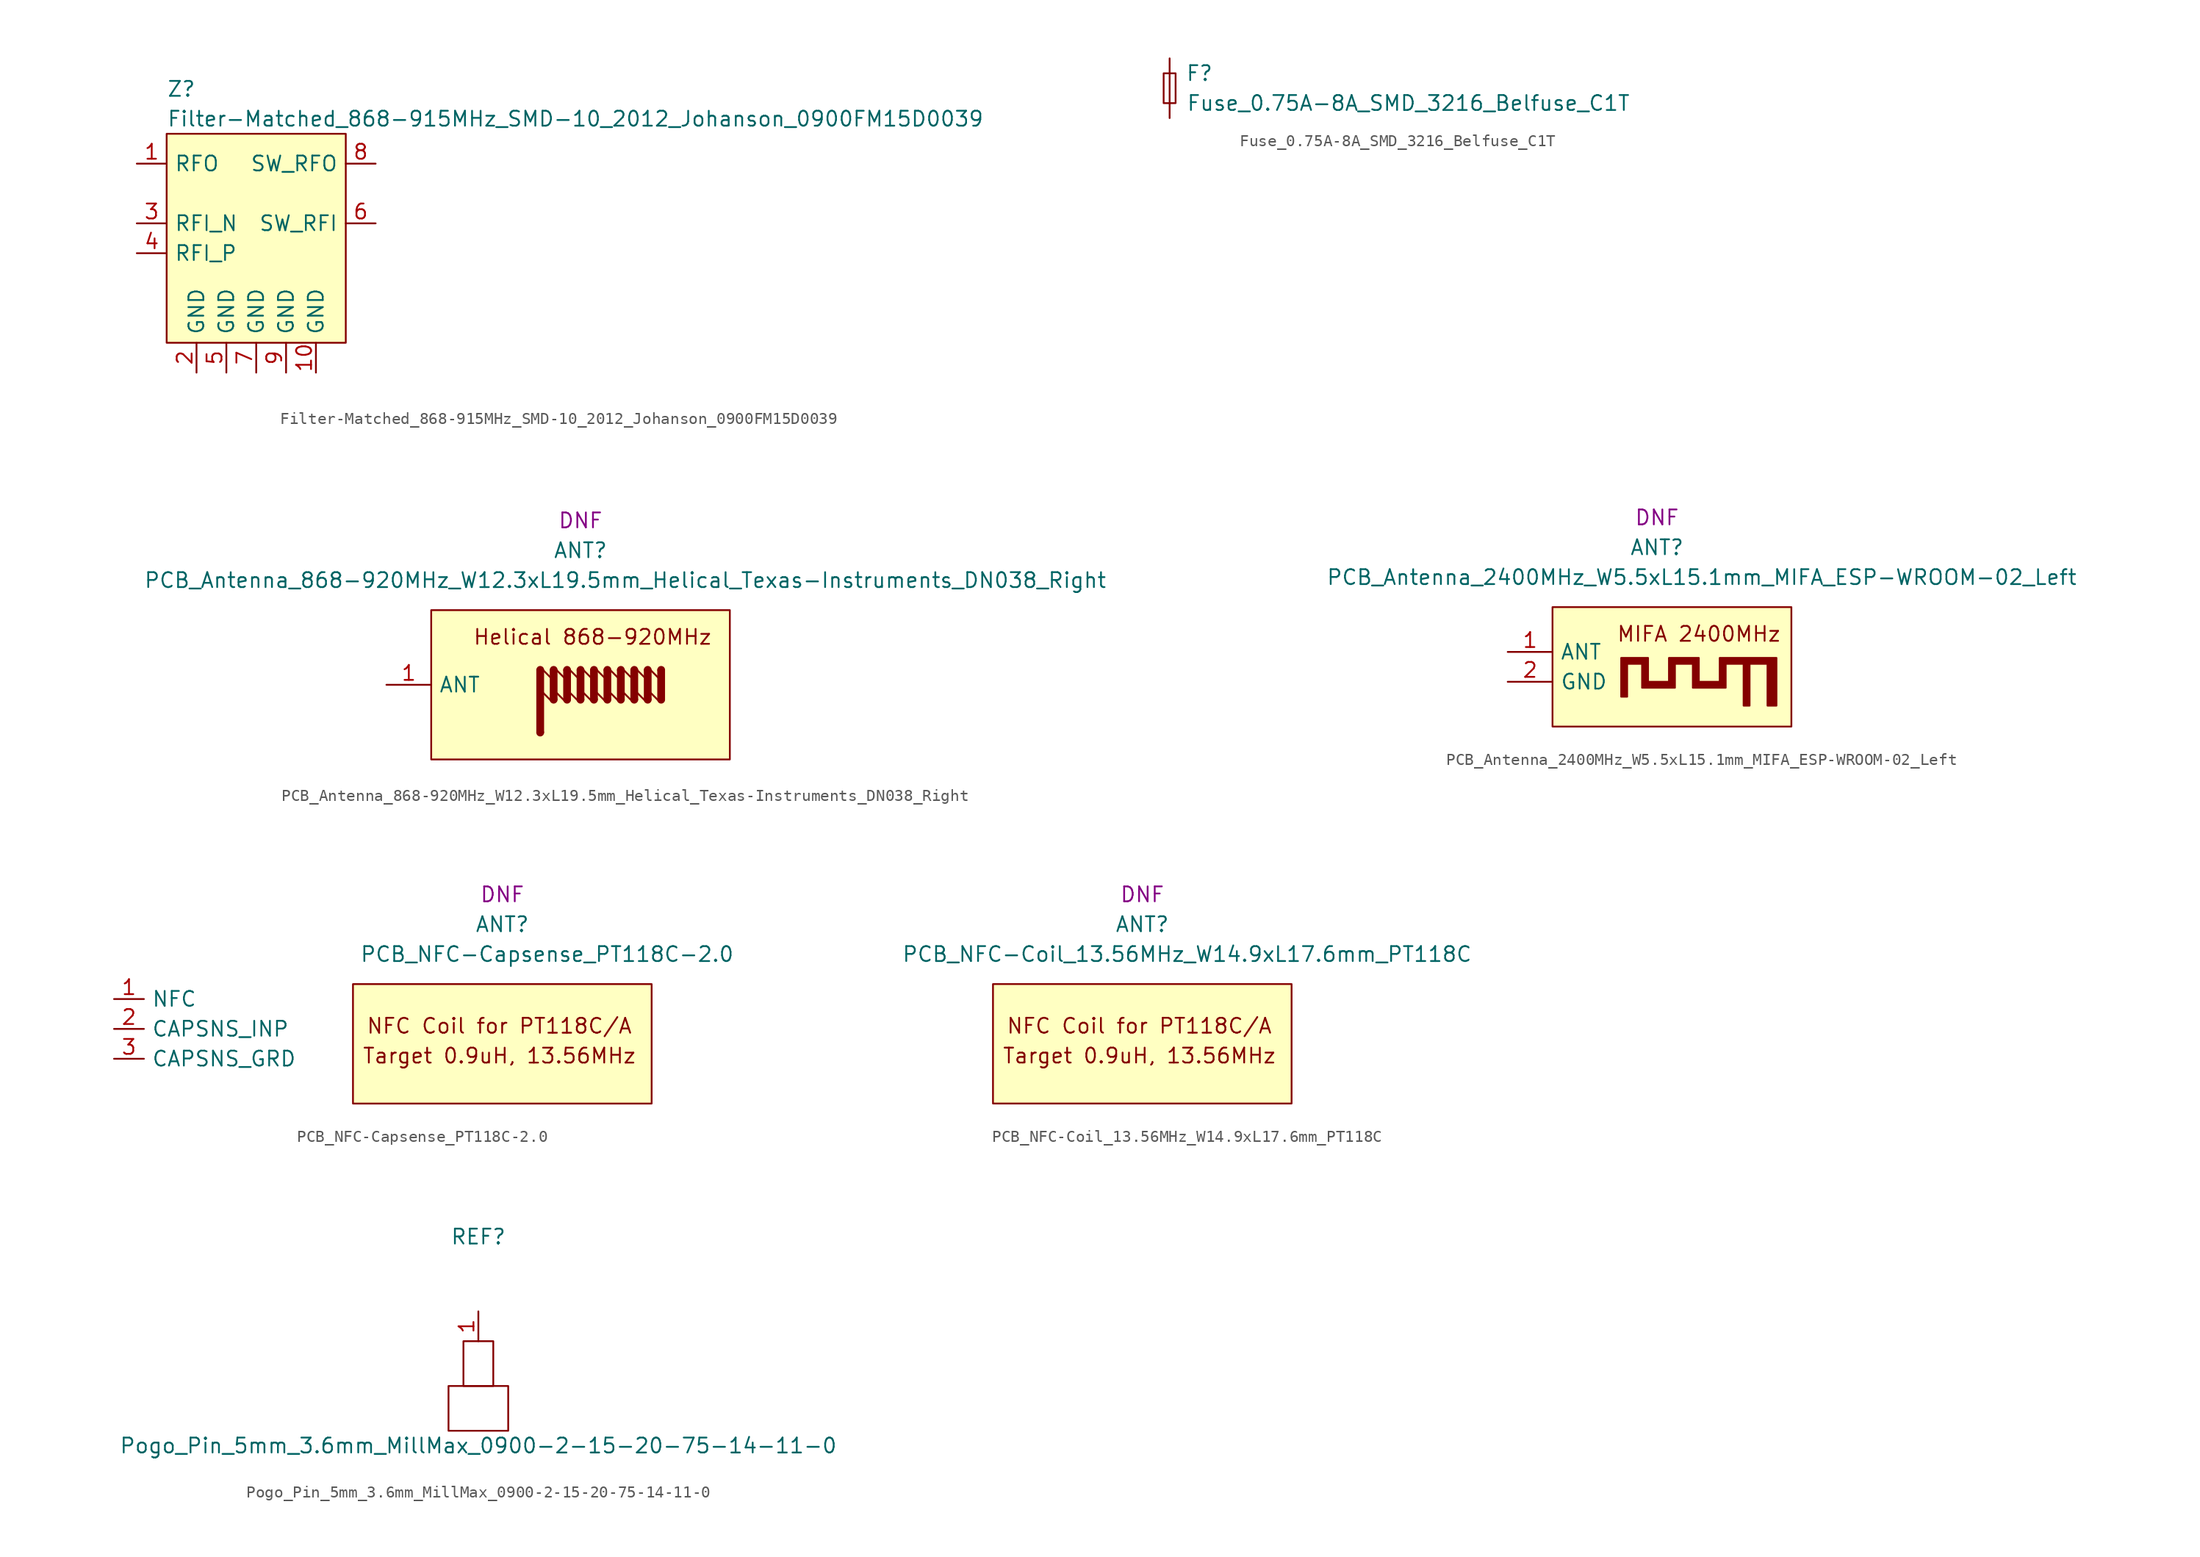
<source format=kicad_sym>
(kicad_symbol_lib
  (version 20211014)
  (generator kicad_symbol_editor)
  (symbol "Filter-Matched_868-915MHz_SMD-10_2012_Johanson_0900FM15D0039"
    (pin_names
      (offset 0.635))
    (property "Reference" "Z"
      (at -7.62 12.7 0)
      (effects (font (size 1.27 1.27)) (justify left)))
    (property "Value" "Filter-Matched_868-915MHz_SMD-10_2012_Johanson_0900FM15D0039"
      (at -7.62 10.16 0)
      (effects (font (size 1.27 1.27)) (justify left)))
    (symbol "Filter-Matched_868-915MHz_SMD-10_2012_Johanson_0900FM15D0039_0_0"
      (pin bidirectional line (at -10.16 6.35 0) (length 2.54) (name "RFO" (effects (font (size 1.27 1.27)))) (number "1" (effects (font (size 1.27 1.27)))))
      (pin passive line (at 5.08 -11.43 90) (length 2.54) (name "GND" (effects (font (size 1.27 1.27)))) (number "10" (effects (font (size 1.27 1.27)))))
      (pin power_in line (at -5.08 -11.43 90) (length 2.54) (name "GND" (effects (font (size 1.27 1.27)))) (number "2" (effects (font (size 1.27 1.27)))))
      (pin bidirectional line (at -10.16 1.27 0) (length 2.54) (name "RFI_N" (effects (font (size 1.27 1.27)))) (number "3" (effects (font (size 1.27 1.27)))))
      (pin bidirectional line (at -10.16 -1.27 0) (length 2.54) (name "RFI_P" (effects (font (size 1.27 1.27)))) (number "4" (effects (font (size 1.27 1.27)))))
      (pin passive line (at -2.54 -11.43 90) (length 2.54) (name "GND" (effects (font (size 1.27 1.27)))) (number "5" (effects (font (size 1.27 1.27)))))
      (pin bidirectional line (at 10.16 1.27 180) (length 2.54) (name "SW_RFI" (effects (font (size 1.27 1.27)))) (number "6" (effects (font (size 1.27 1.27)))))
      (pin passive line (at 0 -11.43 90) (length 2.54) (name "GND" (effects (font (size 1.27 1.27)))) (number "7" (effects (font (size 1.27 1.27)))))
      (pin bidirectional line (at 10.16 6.35 180) (length 2.54) (name "SW_RFO" (effects (font (size 1.27 1.27)))) (number "8" (effects (font (size 1.27 1.27)))))
      (pin passive line (at 2.54 -11.43 90) (length 2.54) (name "GND" (effects (font (size 1.27 1.27)))) (number "9" (effects (font (size 1.27 1.27))))))
    (symbol "Filter-Matched_868-915MHz_SMD-10_2012_Johanson_0900FM15D0039_0_1"
      (rectangle (start 7.62 -8.89) (end -7.62 8.89) (stroke (width 0) (type default) (color 0 0 0 0)) (fill (type background)))))
  (symbol "Fuse_0.75A-8A_SMD_3216_Belfuse_C1T"
    (pin_numbers hide)
    (pin_names
      (offset 1.27) hide)
    (property "Reference" "F"
      (at 2.54 1.27 0)
      (effects (font (size 1.27 1.27))))
    (property "Value" "Fuse_0.75A-8A_SMD_3216_Belfuse_C1T"
      (at 20.32 -1.27 0)
      (effects (font (size 1.27 1.27))))
    (symbol "Fuse_0.75A-8A_SMD_3216_Belfuse_C1T_1_1"
      (rectangle (start -0.508 -1.27) (end 0.508 1.27) (stroke (width 0) (type default) (color 0 0 0 0)) (fill (type none)))
      (polyline (pts (xy 0 -1.27) (xy 0 1.27)) (stroke (width 0) (type default) (color 0 0 0 0)) (fill (type none)))
      (pin passive line (at 0 -2.54 90) (length 1.27) (name "~" (effects (font (size 1.27 1.27)))) (number "1" (effects (font (size 1.27 1.27)))))
      (pin passive line (at 0 2.54 270) (length 1.27) (name "~" (effects (font (size 1.27 1.27)))) (number "2" (effects (font (size 1.27 1.27)))))))
  (symbol "PCB_Antenna_868-920MHz_W12.3xL19.5mm_Helical_Texas-Instruments_DN038_Right"
    (pin_names
      (offset 0.635))
    (property "Reference" "ANT"
      (at 0 11.43 0)
      (effects (font (size 1.27 1.27))))
    (property "Value" "PCB_Antenna_868-920MHz_W12.3xL19.5mm_Helical_Texas-Instruments_DN038_Right"
      (at 3.81 8.89 0)
      (effects (font (size 1.27 1.27))))
    (property "FitPart" "DNF"
      (at 0 13.97 0)
      (effects (font (size 1.27 1.27))))
    (symbol "PCB_Antenna_868-920MHz_W12.3xL19.5mm_Helical_Texas-Instruments_DN038_Right_0_0"
      (circle (center -3.429 -4.064) (radius 0.254) (stroke (width 0) (type default) (color 0 0 0 0)) (fill (type outline)))
      (rectangle (start -3.175 -4.064) (end -3.683 1.27) (stroke (width 0) (type default) (color 0 0 0 0)) (fill (type outline)))
      (rectangle (start -2.54 1.27) (end -2.032 -1.27) (stroke (width 0) (type default) (color 0 0 0 0)) (fill (type outline)))
      (circle (center -2.286 1.27) (radius 0.254) (stroke (width 0) (type default) (color 0 0 0 0)) (fill (type outline)))
      (rectangle (start -1.397 1.27) (end -0.889 -1.27) (stroke (width 0) (type default) (color 0 0 0 0)) (fill (type outline)))
      (circle (center -1.143 1.27) (radius 0.254) (stroke (width 0) (type default) (color 0 0 0 0)) (fill (type outline)))
      (polyline (pts (xy -3.378 1.448) (xy -2.464 0.533) (xy -2.464 -1.397) (xy -3.302 -0.559) (xy -3.302 1.321)) (stroke (width 0) (type default) (color 0 0 0 0)) (fill (type none)))
      (polyline (pts (xy -2.235 1.448) (xy -1.321 0.533) (xy -1.321 -1.397) (xy -2.159 -0.559) (xy -2.159 1.321)) (stroke (width 0) (type default) (color 0 0 0 0)) (fill (type none)))
      (polyline (pts (xy -1.092 1.448) (xy -0.178 0.533) (xy -0.178 -1.397) (xy -1.016 -0.559) (xy -1.016 1.321)) (stroke (width 0) (type default) (color 0 0 0 0)) (fill (type none)))
      (text "Helical 868-920MHz" (at 1.016 4.064 0) (effects (font (size 1.27 1.27))))
      (pin bidirectional line (at -16.51 0 0) (length 3.81) (name "ANT" (effects (font (size 1.27 1.27)))) (number "1" (effects (font (size 1.27 1.27))))))
    (symbol "PCB_Antenna_868-920MHz_W12.3xL19.5mm_Helical_Texas-Instruments_DN038_Right_0_1"
      (rectangle (start -12.7 6.35) (end 12.7 -6.35) (stroke (width 0) (type default) (color 0 0 0 0)) (fill (type background))))
    (symbol "PCB_Antenna_868-920MHz_W12.3xL19.5mm_Helical_Texas-Instruments_DN038_Right_1_1"
      (circle (center -3.429 1.27) (radius 0.254) (stroke (width 0) (type default) (color 0 0 0 0)) (fill (type outline)))
      (circle (center -2.286 -1.27) (radius 0.254) (stroke (width 0) (type default) (color 0 0 0 0)) (fill (type outline)))
      (circle (center -1.143 -1.27) (radius 0.254) (stroke (width 0) (type default) (color 0 0 0 0)) (fill (type outline)))
      (rectangle (start -0.254 1.27) (end 0.254 -1.27) (stroke (width 0) (type default) (color 0 0 0 0)) (fill (type outline)))
      (circle (center 0 -1.27) (radius 0.254) (stroke (width 0) (type default) (color 0 0 0 0)) (fill (type outline)))
      (polyline (pts (xy 0.051 1.448) (xy 0.965 0.533) (xy 0.965 -1.397) (xy 0.127 -0.559) (xy 0.127 1.321)) (stroke (width 0) (type default) (color 0 0 0 0)) (fill (type none)))
      (polyline (pts (xy 1.194 1.448) (xy 2.108 0.533) (xy 2.108 -1.397) (xy 1.27 -0.559) (xy 1.27 1.321)) (stroke (width 0) (type default) (color 0 0 0 0)) (fill (type none)))
      (polyline (pts (xy 2.337 1.448) (xy 3.251 0.533) (xy 3.251 -1.397) (xy 2.413 -0.559) (xy 2.413 1.321)) (stroke (width 0) (type default) (color 0 0 0 0)) (fill (type none)))
      (polyline (pts (xy 3.48 1.448) (xy 4.394 0.533) (xy 4.394 -1.397) (xy 3.556 -0.559) (xy 3.556 1.321)) (stroke (width 0) (type default) (color 0 0 0 0)) (fill (type none)))
      (polyline (pts (xy 4.623 1.448) (xy 5.537 0.533) (xy 5.537 -1.397) (xy 4.699 -0.559) (xy 4.699 1.321)) (stroke (width 0) (type default) (color 0 0 0 0)) (fill (type none)))
      (polyline (pts (xy 5.766 1.448) (xy 6.68 0.533) (xy 6.68 -1.397) (xy 5.842 -0.559) (xy 5.842 1.321)) (stroke (width 0) (type default) (color 0 0 0 0)) (fill (type none)))
      (circle (center 0 1.27) (radius 0.254) (stroke (width 0) (type default) (color 0 0 0 0)) (fill (type outline)))
      (rectangle (start 0.889 1.27) (end 1.397 -1.27) (stroke (width 0) (type default) (color 0 0 0 0)) (fill (type outline)))
      (circle (center 1.143 -1.27) (radius 0.254) (stroke (width 0) (type default) (color 0 0 0 0)) (fill (type outline)))
      (circle (center 1.143 1.27) (radius 0.254) (stroke (width 0) (type default) (color 0 0 0 0)) (fill (type outline)))
      (rectangle (start 2.032 1.27) (end 2.54 -1.27) (stroke (width 0) (type default) (color 0 0 0 0)) (fill (type outline)))
      (circle (center 2.286 -1.27) (radius 0.254) (stroke (width 0) (type default) (color 0 0 0 0)) (fill (type outline)))
      (circle (center 2.286 1.27) (radius 0.254) (stroke (width 0) (type default) (color 0 0 0 0)) (fill (type outline)))
      (rectangle (start 3.175 1.27) (end 3.683 -1.27) (stroke (width 0) (type default) (color 0 0 0 0)) (fill (type outline)))
      (circle (center 3.429 -1.27) (radius 0.254) (stroke (width 0) (type default) (color 0 0 0 0)) (fill (type outline)))
      (circle (center 3.429 1.27) (radius 0.254) (stroke (width 0) (type default) (color 0 0 0 0)) (fill (type outline)))
      (rectangle (start 4.318 1.27) (end 4.826 -1.27) (stroke (width 0) (type default) (color 0 0 0 0)) (fill (type outline)))
      (circle (center 4.572 -1.27) (radius 0.254) (stroke (width 0) (type default) (color 0 0 0 0)) (fill (type outline)))
      (circle (center 4.572 1.27) (radius 0.254) (stroke (width 0) (type default) (color 0 0 0 0)) (fill (type outline)))
      (rectangle (start 5.461 1.27) (end 5.969 -1.27) (stroke (width 0) (type default) (color 0 0 0 0)) (fill (type outline)))
      (circle (center 5.715 -1.27) (radius 0.254) (stroke (width 0) (type default) (color 0 0 0 0)) (fill (type outline)))
      (circle (center 5.715 1.27) (radius 0.254) (stroke (width 0) (type default) (color 0 0 0 0)) (fill (type outline)))
      (rectangle (start 6.604 1.27) (end 7.112 -1.27) (stroke (width 0) (type default) (color 0 0 0 0)) (fill (type outline)))
      (circle (center 6.858 -1.27) (radius 0.254) (stroke (width 0) (type default) (color 0 0 0 0)) (fill (type outline)))
      (circle (center 6.858 1.27) (radius 0.254) (stroke (width 0) (type default) (color 0 0 0 0)) (fill (type outline)))))
  (symbol "PCB_Antenna_2400MHz_W5.5xL15.1mm_MIFA_ESP-WROOM-02_Left"
    (pin_names
      (offset 0.635))
    (property "Reference" "ANT"
      (at -1.27 10.16 0)
      (effects (font (size 1.27 1.27))))
    (property "Value" "PCB_Antenna_2400MHz_W5.5xL15.1mm_MIFA_ESP-WROOM-02_Left"
      (at 2.54 7.62 0)
      (effects (font (size 1.27 1.27))))
    (property "FitPart" "DNF"
      (at -1.27 12.7 0)
      (effects (font (size 1.27 1.27))))
    (symbol "PCB_Antenna_2400MHz_W5.5xL15.1mm_MIFA_ESP-WROOM-02_Left_0_0"
      (polyline (pts (xy 8.89 -3.302) (xy 8.89 0.762) (xy 4.064 0.762) (xy 4.064 -1.27) (xy 2.286 -1.27) (xy 2.286 0.762) (xy -0.254 0.762) (xy -0.254 -1.27) (xy -2.032 -1.27) (xy -2.032 0.762) (xy -4.318 0.762) (xy -4.318 -2.54) (xy -3.81 -2.54) (xy -3.81 0.254) (xy -2.54 0.254) (xy -2.54 -1.778) (xy 0.254 -1.778) (xy 0.254 0.254) (xy 1.778 0.254) (xy 1.778 -1.778) (xy 4.572 -1.778) (xy 4.572 0.254) (xy 6.096 0.254) (xy 6.096 -3.302) (xy 6.604 -3.302) (xy 6.604 0.254) (xy 8.128 0.254) (xy 8.128 -3.302) (xy 8.89 -3.302)) (stroke (width 0) (type default) (color 0 0 0 0)) (fill (type outline)))
      (text "MIFA 2400MHz" (at 2.286 2.794 0) (effects (font (size 1.27 1.27))))
      (pin bidirectional line (at -13.97 1.27 0) (length 3.81) (name "ANT" (effects (font (size 1.27 1.27)))) (number "1" (effects (font (size 1.27 1.27)))))
      (pin power_in line (at -13.97 -1.27 0) (length 3.81) (name "GND" (effects (font (size 1.27 1.27)))) (number "2" (effects (font (size 1.27 1.27))))))
    (symbol "PCB_Antenna_2400MHz_W5.5xL15.1mm_MIFA_ESP-WROOM-02_Left_0_1"
      (rectangle (start -10.16 5.08) (end 10.16 -5.08) (stroke (width 0) (type default) (color 0 0 0 0)) (fill (type background)))))
  (symbol "PCB_NFC-Capsense_PT118C-2.0"
    (pin_names
      (offset 0.635))
    (property "Reference" "ANT"
      (at 0 10.16 0)
      (effects (font (size 1.27 1.27))))
    (property "Value" "PCB_NFC-Capsense_PT118C-2.0"
      (at 3.81 7.62 0)
      (effects (font (size 1.27 1.27))))
    (property "FitPart" "DNF"
      (at 0 12.7 0)
      (effects (font (size 1.27 1.27))))
    (symbol "PCB_NFC-Capsense_PT118C-2.0_0_0"
      (text "NFC Coil for PT118C/A" (at -0.254 1.524 0) (effects (font (size 1.27 1.27))))
      (text "Target 0.9uH, 13.56MHz" (at -0.254 -1.016 0) (effects (font (size 1.27 1.27))))
      (pin passive line (at -33.02 3.81 0) (length 2.54) (name "NFC" (effects (font (size 1.27 1.27)))) (number "1" (effects (font (size 1.27 1.27)))))
      (pin passive line (at -33.02 1.27 0) (length 2.54) (name "CAPSNS_INP" (effects (font (size 1.27 1.27)))) (number "2" (effects (font (size 1.27 1.27)))))
      (pin passive line (at -33.02 -1.27 0) (length 2.54) (name "CAPSNS_GRD" (effects (font (size 1.27 1.27)))) (number "3" (effects (font (size 1.27 1.27))))))
    (symbol "PCB_NFC-Capsense_PT118C-2.0_0_1"
      (rectangle (start -12.7 5.08) (end 12.7 -5.08) (stroke (width 0) (type default) (color 0 0 0 0)) (fill (type background)))))
  (symbol "PCB_NFC-Coil_13.56MHz_W14.9xL17.6mm_PT118C"
    (pin_names
      (offset 0.635))
    (property "Reference" "ANT"
      (at 0 10.16 0)
      (effects (font (size 1.27 1.27))))
    (property "Value" "PCB_NFC-Coil_13.56MHz_W14.9xL17.6mm_PT118C"
      (at 3.81 7.62 0)
      (effects (font (size 1.27 1.27))))
    (property "FitPart" "DNF"
      (at 0 12.7 0)
      (effects (font (size 1.27 1.27))))
    (symbol "PCB_NFC-Coil_13.56MHz_W14.9xL17.6mm_PT118C_0_0"
      (text "NFC Coil for PT118C/A" (at -0.254 1.524 0) (effects (font (size 1.27 1.27))))
      (text "Target 0.9uH, 13.56MHz" (at -0.254 -1.016 0) (effects (font (size 1.27 1.27)))))
    (symbol "PCB_NFC-Coil_13.56MHz_W14.9xL17.6mm_PT118C_0_1"
      (rectangle (start -12.7 5.08) (end 12.7 -5.08) (stroke (width 0) (type default) (color 0 0 0 0)) (fill (type background)))))
  (symbol "Pogo_Pin_5mm_3.6mm_MillMax_0900-2-15-20-75-14-11-0"
    (pin_names
      (offset 1.27))
    (property "Reference" "REF"
      (at 0 8.89 0)
      (effects (font (size 1.27 1.27))))
    (property "Value" "Pogo_Pin_5mm_3.6mm_MillMax_0900-2-15-20-75-14-11-0"
      (at 0 -8.89 0)
      (effects (font (size 1.27 1.27))))
    (symbol "Pogo_Pin_5mm_3.6mm_MillMax_0900-2-15-20-75-14-11-0_0_1"
      (rectangle (start -2.54 -3.81) (end 2.54 -7.62) (stroke (width 0) (type default) (color 0 0 0 0)) (fill (type none)))
      (rectangle (start -1.27 0) (end 1.27 -3.81) (stroke (width 0) (type default) (color 0 0 0 0)) (fill (type none))))
    (symbol "Pogo_Pin_5mm_3.6mm_MillMax_0900-2-15-20-75-14-11-0_1_1"
      (pin input line (at 0 2.54 270) (length 2.54) (name "~" (effects (font (size 1.27 1.27)))) (number "1" (effects (font (size 1.27 1.27))))))))
</source>
